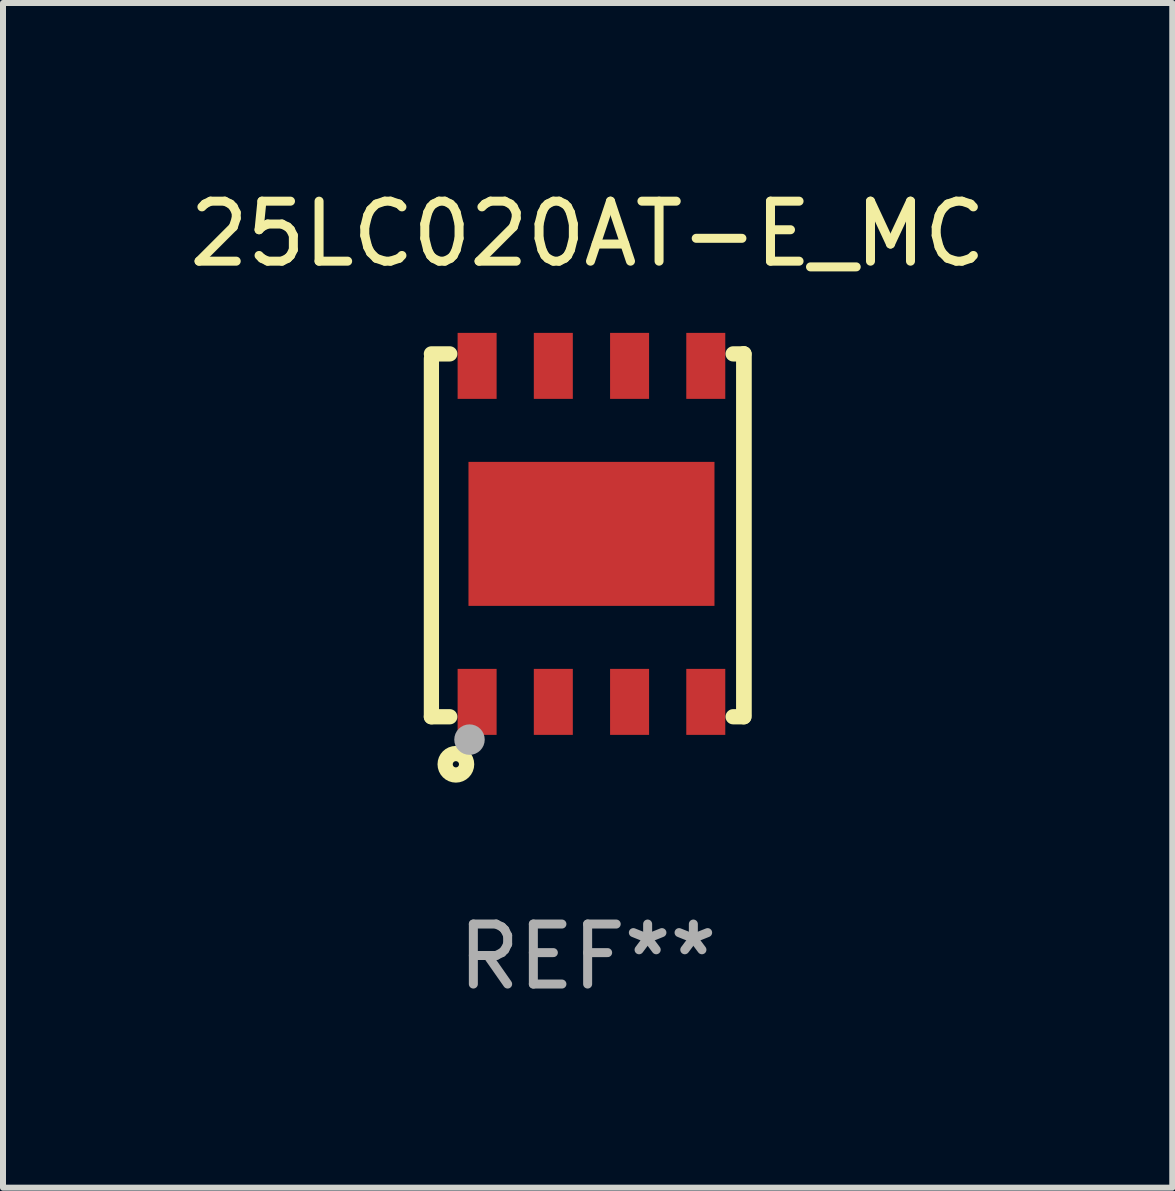
<source format=kicad_pcb>
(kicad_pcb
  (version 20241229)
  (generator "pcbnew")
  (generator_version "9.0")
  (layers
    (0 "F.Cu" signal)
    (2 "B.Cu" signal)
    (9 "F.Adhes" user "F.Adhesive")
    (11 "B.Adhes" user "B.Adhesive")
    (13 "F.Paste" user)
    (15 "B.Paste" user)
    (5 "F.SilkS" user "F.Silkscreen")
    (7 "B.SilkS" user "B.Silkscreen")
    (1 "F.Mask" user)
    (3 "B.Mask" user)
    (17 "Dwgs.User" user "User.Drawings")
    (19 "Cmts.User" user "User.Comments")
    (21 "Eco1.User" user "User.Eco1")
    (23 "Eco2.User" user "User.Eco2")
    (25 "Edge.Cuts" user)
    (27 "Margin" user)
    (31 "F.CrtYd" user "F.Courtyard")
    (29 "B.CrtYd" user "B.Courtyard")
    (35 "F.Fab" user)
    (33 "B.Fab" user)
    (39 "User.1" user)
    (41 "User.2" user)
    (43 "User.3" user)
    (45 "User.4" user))
  (footprint "25LC020AT-E_MC"
    (layer "F.Cu")
    (at 6.744 5.872)
    (property "Reference" "25LC020AT-E_MC" (at 0 -5.024 0) (layer "F.SilkS") (effects (font (size 1 1) (thickness 0.15))))
    (attr through_hole)
    (fp_line (start -2.604 -2.945) (end -2.604 3.024) (stroke (width 0.254) (type solid)) (layer "F.SilkS"))
    (fp_line (start -2.604 3.024) (end -2.298 3.024) (stroke (width 0.254) (type solid)) (layer "F.SilkS"))
    (fp_line (start -2.298 -3.024) (end -2.604 -3.024) (stroke (width 0.254) (type solid)) (layer "F.SilkS"))
    (fp_line (start 2.425 3.024) (end 2.604 3.024) (stroke (width 0.254) (type solid)) (layer "F.SilkS"))
    (fp_line (start 2.604 -3.024) (end 2.425 -3.024) (stroke (width 0.254) (type solid)) (layer "F.SilkS"))
    (fp_line (start 2.604 -3.024) (end 2.604 2.976) (stroke (width 0.254) (type solid)) (layer "F.SilkS"))
    (fp_line (start 2.604 3.024) (end 2.604 -3.024) (stroke (width 0.254) (type solid)) (layer "F.SilkS"))
    (fp_circle (center -2.437 2.976) (end -2.407 2.976) (stroke (width 0.06) (type solid)) (fill no) (layer "F.SilkS"))
    (fp_circle (center -2.196 3.816) (end -2.017 3.816) (stroke (width 0.254) (type solid)) (fill no) (layer "F.SilkS"))
    (fp_circle (center -1.969 3.405) (end -1.842 3.405) (stroke (width 0.254) (type solid)) (fill no) (layer "F.Fab"))
    (fp_text user "REF**" (at 0 7.024 0) (layer "F.Fab") (effects (font (size 1 1) (thickness 0.15))))
    (pad "1" smd rect (at -1.842 2.776) (size 0.65 1.1) (layers "F.Cu" "F.Mask" "F.Paste"))
    (pad "2" smd rect (at -0.572 2.776) (size 0.65 1.1) (layers "F.Cu" "F.Mask" "F.Paste"))
    (pad "3" smd rect (at 0.699 2.776) (size 0.65 1.1) (layers "F.Cu" "F.Mask" "F.Paste"))
    (pad "4" smd rect (at 1.969 2.776) (size 0.65 1.1) (layers "F.Cu" "F.Mask" "F.Paste"))
    (pad "5" smd rect (at 1.969 -2.824) (size 0.65 1.1) (layers "F.Cu" "F.Mask" "F.Paste"))
    (pad "6" smd rect (at 0.699 -2.824) (size 0.65 1.1) (layers "F.Cu" "F.Mask" "F.Paste"))
    (pad "7" smd rect (at -0.572 -2.824) (size 0.65 1.1) (layers "F.Cu" "F.Mask" "F.Paste"))
    (pad "8" smd rect (at -1.842 -2.824) (size 0.65 1.1) (layers "F.Cu" "F.Mask" "F.Paste"))
    (pad "9" smd rect (at 0.064 -0.024) (size 4.1 2.4) (layers "F.Cu" "F.Mask" "F.Paste")))
  (gr_rect
    (start -3 -3)
    (end 16.488 16.745)
    (stroke (width 0.1) (type default))
    (fill no)
    (layer "Edge.Cuts")))
</source>
